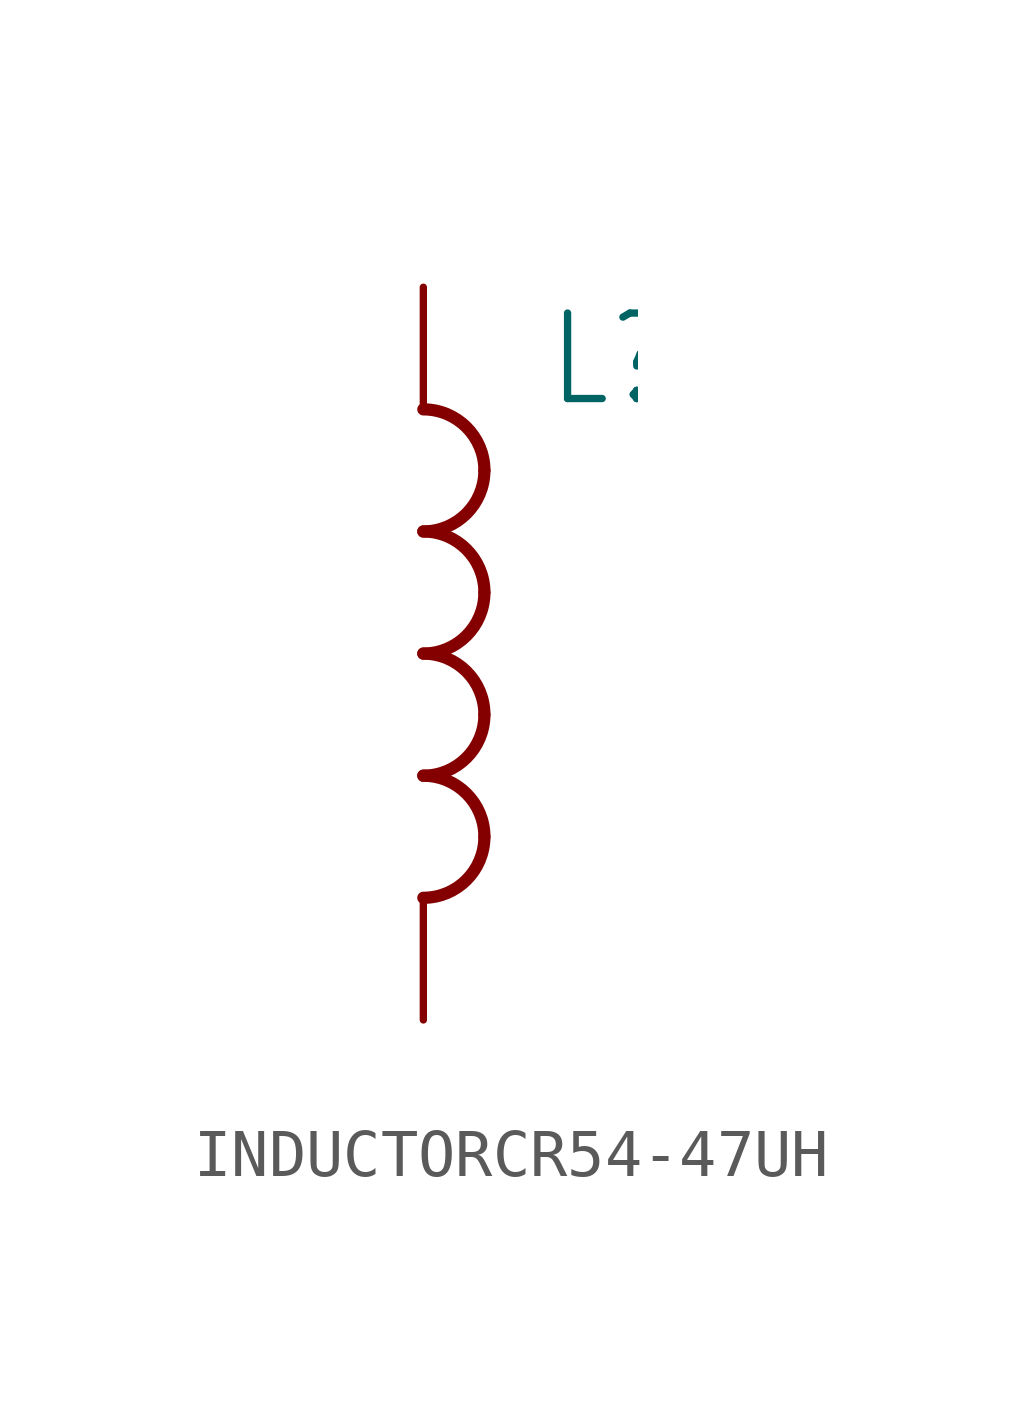
<source format=kicad_sym>
(kicad_symbol_lib
  (version 20220914)
  (generator kicad_symbol_editor)
  (symbol "INDUCTORCR54-47UH"
    (property "Reference" "L"
      (at 2.54 5.08 0)
      (effects (font (size 1.778 1.511)) (justify left bottom)))
    (property "Value" ""
      (at 2.54 -5.08 0)
      (effects (font (size 1.778 1.511)) (justify left bottom)))
    (property "ki_locked" ""
      (at 0 0 0)
      (effects (font (size 1.27 1.27))))
    (symbol "INDUCTORCR54-47UH_1_0"
      (arc (start 0 -5.08) (mid 0.898 -4.708) (end 1.27 -3.81) (stroke (width 0.254) (type solid)) (fill (type none)))
      (arc (start 0 -2.54) (mid 0.898 -2.168) (end 1.27 -1.27) (stroke (width 0.254) (type solid)) (fill (type none)))
      (arc (start 0 0) (mid 0.898 0.372) (end 1.27 1.27) (stroke (width 0.254) (type solid)) (fill (type none)))
      (arc (start 0 2.54) (mid 0.898 2.912) (end 1.27 3.81) (stroke (width 0.254) (type solid)) (fill (type none)))
      (arc (start 1.27 -3.81) (mid 0.898 -2.912) (end 0 -2.54) (stroke (width 0.254) (type solid)) (fill (type none)))
      (arc (start 1.27 -1.27) (mid 0.898 -0.372) (end 0 0) (stroke (width 0.254) (type solid)) (fill (type none)))
      (arc (start 1.27 1.27) (mid 0.898 2.168) (end 0 2.54) (stroke (width 0.254) (type solid)) (fill (type none)))
      (arc (start 1.27 3.81) (mid 0.898 4.708) (end 0 5.08) (stroke (width 0.254) (type solid)) (fill (type none)))
      (pin passive line (at 0 7.62 270) (length 2.54) (name "1" (effects (font (size 0 0)))) (number "P$1" (effects (font (size 0 0)))))
      (pin passive line (at 0 -7.62 90) (length 2.54) (name "2" (effects (font (size 0 0)))) (number "P$2" (effects (font (size 0 0))))))))
</source>
